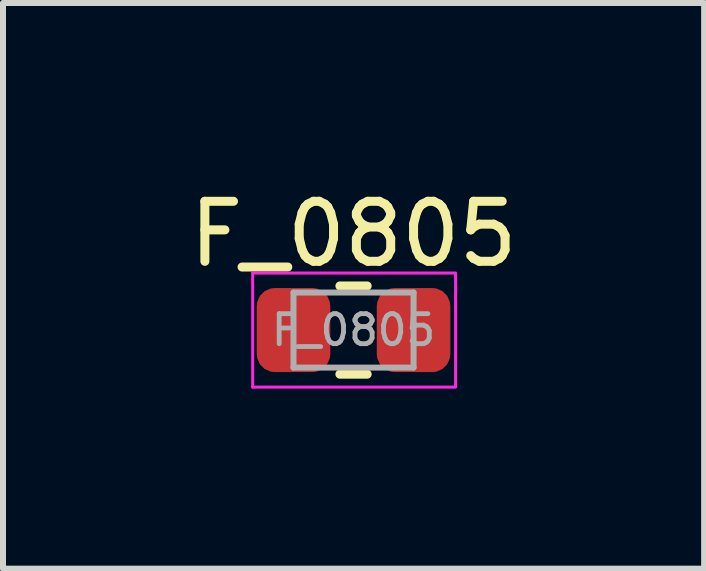
<source format=kicad_pcb>
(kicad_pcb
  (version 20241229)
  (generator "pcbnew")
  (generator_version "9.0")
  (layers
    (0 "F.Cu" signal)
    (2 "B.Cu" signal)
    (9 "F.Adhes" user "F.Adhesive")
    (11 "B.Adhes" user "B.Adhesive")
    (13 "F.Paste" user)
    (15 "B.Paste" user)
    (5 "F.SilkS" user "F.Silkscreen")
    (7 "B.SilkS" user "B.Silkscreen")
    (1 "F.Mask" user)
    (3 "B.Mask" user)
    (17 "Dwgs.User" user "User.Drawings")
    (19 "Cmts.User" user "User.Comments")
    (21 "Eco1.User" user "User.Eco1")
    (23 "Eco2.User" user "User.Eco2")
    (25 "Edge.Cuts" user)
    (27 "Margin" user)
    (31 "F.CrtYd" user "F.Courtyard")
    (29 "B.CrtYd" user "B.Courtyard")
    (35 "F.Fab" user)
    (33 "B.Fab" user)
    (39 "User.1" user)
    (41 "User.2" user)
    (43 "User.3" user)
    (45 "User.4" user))
  (footprint "F_0805"
    (layer "F.Cu")
    (at 2.839 2.448)
    (property "Reference" "F_0805" (at 0 -1.6 0) (layer "F.SilkS") (effects (font (size 1 1) (thickness 0.15))))
    (attr smd)
    (fp_line (start -0.227 -0.735) (end 0.227 -0.735) (stroke (width 0.15) (type solid)) (layer "F.SilkS"))
    (fp_line (start -0.227 0.735) (end 0.227 0.735) (stroke (width 0.15) (type solid)) (layer "F.SilkS"))
    (fp_line (start -1.68 -0.95) (end 1.68 -0.95) (stroke (width 0.05) (type solid)) (layer "F.CrtYd"))
    (fp_line (start -1.68 0.95) (end -1.68 -0.95) (stroke (width 0.05) (type solid)) (layer "F.CrtYd"))
    (fp_line (start 1.68 0.95) (end -1.68 0.95) (stroke (width 0.05) (type solid)) (layer "F.CrtYd"))
    (fp_line (start 1.7 -0.95) (end 1.7 0.95) (stroke (width 0.05) (type solid)) (layer "F.CrtYd"))
    (fp_line (start -1 -0.625) (end 1 -0.625) (stroke (width 0.1) (type solid)) (layer "F.Fab"))
    (fp_line (start -1 0.625) (end -1 -0.625) (stroke (width 0.1) (type solid)) (layer "F.Fab"))
    (fp_line (start 1 -0.625) (end 1 0.625) (stroke (width 0.1) (type solid)) (layer "F.Fab"))
    (fp_line (start 1 0.625) (end -1 0.625) (stroke (width 0.1) (type solid)) (layer "F.Fab"))
    (fp_text user "${REFERENCE}" (at 0 0 0) (layer "F.Fab") (effects (font (size 0.5 0.5) (thickness 0.08))))
    (pad "1" smd roundrect (at -1 0) (size 1.225 1.4) (layers "F.Cu" "F.Mask" "F.Paste") (roundrect_rratio 0.244))
    (pad "2" smd roundrect (at 1 0) (size 1.225 1.4) (layers "F.Cu" "F.Mask" "F.Paste") (roundrect_rratio 0.244)))
  (gr_rect
    (start -3 -3)
    (end 8.679 6.423)
    (stroke (width 0.1) (type default))
    (fill no)
    (layer "Edge.Cuts")))
</source>
